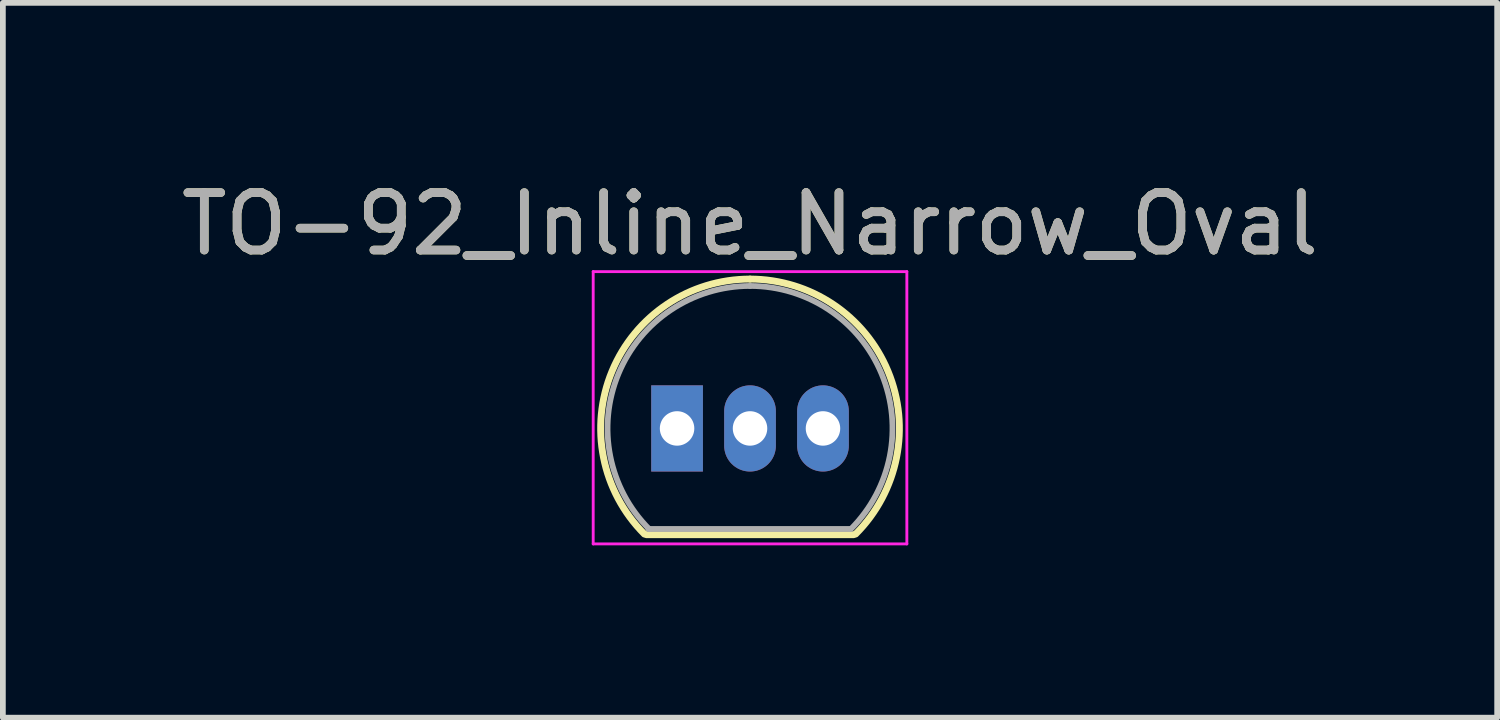
<source format=kicad_pcb>
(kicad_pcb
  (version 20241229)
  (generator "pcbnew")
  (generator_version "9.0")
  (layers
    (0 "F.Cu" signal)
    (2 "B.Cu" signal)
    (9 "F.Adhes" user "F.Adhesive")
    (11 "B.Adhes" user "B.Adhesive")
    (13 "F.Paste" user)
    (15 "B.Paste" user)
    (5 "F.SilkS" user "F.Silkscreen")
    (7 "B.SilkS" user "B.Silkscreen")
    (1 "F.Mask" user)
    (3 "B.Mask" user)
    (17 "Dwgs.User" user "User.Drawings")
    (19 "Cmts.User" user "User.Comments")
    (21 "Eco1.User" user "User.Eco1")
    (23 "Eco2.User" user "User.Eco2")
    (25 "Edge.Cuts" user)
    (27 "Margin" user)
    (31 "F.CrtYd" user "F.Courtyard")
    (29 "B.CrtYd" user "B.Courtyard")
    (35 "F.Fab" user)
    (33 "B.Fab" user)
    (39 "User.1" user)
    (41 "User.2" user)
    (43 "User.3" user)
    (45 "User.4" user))
  (footprint "TO-92_Inline_Narrow_Oval"
    (layer "F.Cu")
    (at 8.736 4.408)
    (property "Reference" "TO-92_Inline_Narrow_Oval" (at 1.27 -3.56 0) (layer "F.SilkS") (effects (font (size 1 1) (thickness 0.15))))
    (attr through_hole)
    (fp_line (start -0.53 1.85) (end 3.07 1.85) (stroke (width 0.12) (type solid)) (layer "F.SilkS"))
    (fp_arc (start -0.568478 1.838478) (mid -1.132087 -0.994977) (end 1.27 -2.6) (stroke (width 0.12) (type solid)) (layer "F.SilkS"))
    (fp_arc (start 1.27 -2.6) (mid 3.672087 -0.994977) (end 3.108478 1.838478) (stroke (width 0.12) (type solid)) (layer "F.SilkS"))
    (fp_line (start -1.46 -2.73) (end -1.46 2.01) (stroke (width 0.05) (type solid)) (layer "F.CrtYd"))
    (fp_line (start -1.46 -2.73) (end 4 -2.73) (stroke (width 0.05) (type solid)) (layer "F.CrtYd"))
    (fp_line (start 4 2.01) (end -1.46 2.01) (stroke (width 0.05) (type solid)) (layer "F.CrtYd"))
    (fp_line (start 4 2.01) (end 4 -2.73) (stroke (width 0.05) (type solid)) (layer "F.CrtYd"))
    (fp_line (start -0.5 1.75) (end 3 1.75) (stroke (width 0.1) (type solid)) (layer "F.Fab"))
    (fp_arc (start -0.483625 1.753625) (mid -1.021221 -0.949055) (end 1.27 -2.48) (stroke (width 0.1) (type solid)) (layer "F.Fab"))
    (fp_arc (start 1.27 -2.48) (mid 3.561221 -0.949055) (end 3.023625 1.753625) (stroke (width 0.1) (type solid)) (layer "F.Fab"))
    (fp_text user "${REFERENCE}" (at 1.27 -3.56 0) (layer "F.Fab") (effects (font (size 1 1) (thickness 0.15))))
    (pad "1" thru_hole rect (at 0 0 180) (size 0.9 1.5) (drill 0.6) (layers "*.Cu" "*.Mask"))
    (pad "2" thru_hole oval (at 1.27 0 180) (size 0.9 1.5) (drill 0.6) (layers "*.Cu" "*.Mask"))
    (pad "3" thru_hole oval (at 2.54 0 180) (size 0.9 1.5) (drill 0.6) (layers "*.Cu" "*.Mask")))
  (gr_rect
    (start -3 -3)
    (end 23.012 9.443)
    (stroke (width 0.1) (type default))
    (fill no)
    (layer "Edge.Cuts")))
</source>
